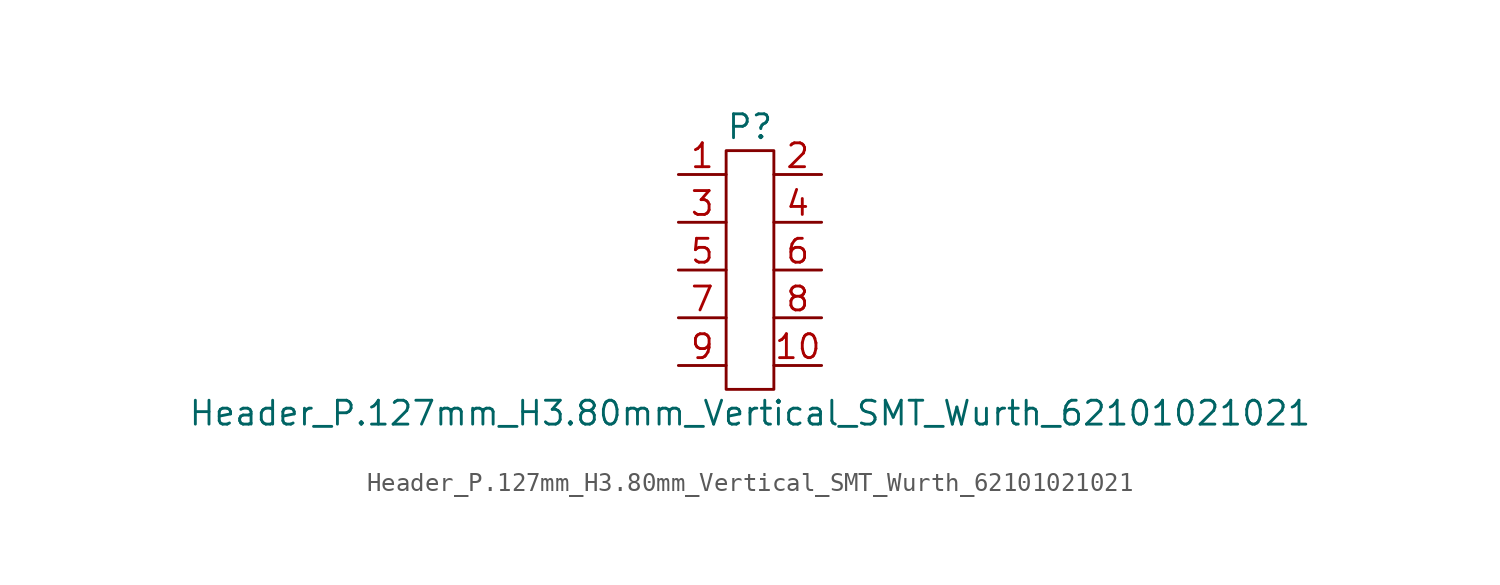
<source format=kicad_sym>
(kicad_symbol_lib
  (version 20241209)
  (generator "kicad_symbol_editor")
  (generator_version "9.0")
  (symbol "Header_P.127mm_H3.80mm_Vertical_SMT_Wurth_62101021021"
    (pin_names
      (offset 1.016))
    (property "Reference" "P"
      (at 0 7.62 0)
      (effects (font (size 1.27 1.27))))
    (property "Value" "Header_P.127mm_H3.80mm_Vertical_SMT_Wurth_62101021021"
      (at 0 -7.62 0)
      (effects (font (size 1.27 1.27))))
    (symbol "Header_P.127mm_H3.80mm_Vertical_SMT_Wurth_62101021021_0_1"
      (rectangle (start -1.27 6.35) (end 1.27 -6.35) (stroke (width 0) (type default)) (fill (type none))))
    (symbol "Header_P.127mm_H3.80mm_Vertical_SMT_Wurth_62101021021_1_1"
      (pin unspecified line (at -3.81 5.08 0) (length 2.54) (name "~" (effects (font (size 1.27 1.27)))) (number "1" (effects (font (size 1.27 1.27)))))
      (pin unspecified line (at -3.81 2.54 0) (length 2.54) (name "~" (effects (font (size 1.27 1.27)))) (number "3" (effects (font (size 1.27 1.27)))))
      (pin unspecified line (at -3.81 0 0) (length 2.54) (name "~" (effects (font (size 1.27 1.27)))) (number "5" (effects (font (size 1.27 1.27)))))
      (pin unspecified line (at -3.81 -2.54 0) (length 2.54) (name "~" (effects (font (size 1.27 1.27)))) (number "7" (effects (font (size 1.27 1.27)))))
      (pin unspecified line (at -3.81 -5.08 0) (length 2.54) (name "~" (effects (font (size 1.27 1.27)))) (number "9" (effects (font (size 1.27 1.27)))))
      (pin unspecified line (at 3.81 5.08 180) (length 2.54) (name "~" (effects (font (size 1.27 1.27)))) (number "2" (effects (font (size 1.27 1.27)))))
      (pin unspecified line (at 3.81 2.54 180) (length 2.54) (name "~" (effects (font (size 1.27 1.27)))) (number "4" (effects (font (size 1.27 1.27)))))
      (pin unspecified line (at 3.81 0 180) (length 2.54) (name "~" (effects (font (size 1.27 1.27)))) (number "6" (effects (font (size 1.27 1.27)))))
      (pin unspecified line (at 3.81 -2.54 180) (length 2.54) (name "~" (effects (font (size 1.27 1.27)))) (number "8" (effects (font (size 1.27 1.27)))))
      (pin unspecified line (at 3.81 -5.08 180) (length 2.54) (name "~" (effects (font (size 1.27 1.27)))) (number "10" (effects (font (size 1.27 1.27))))))))
</source>
